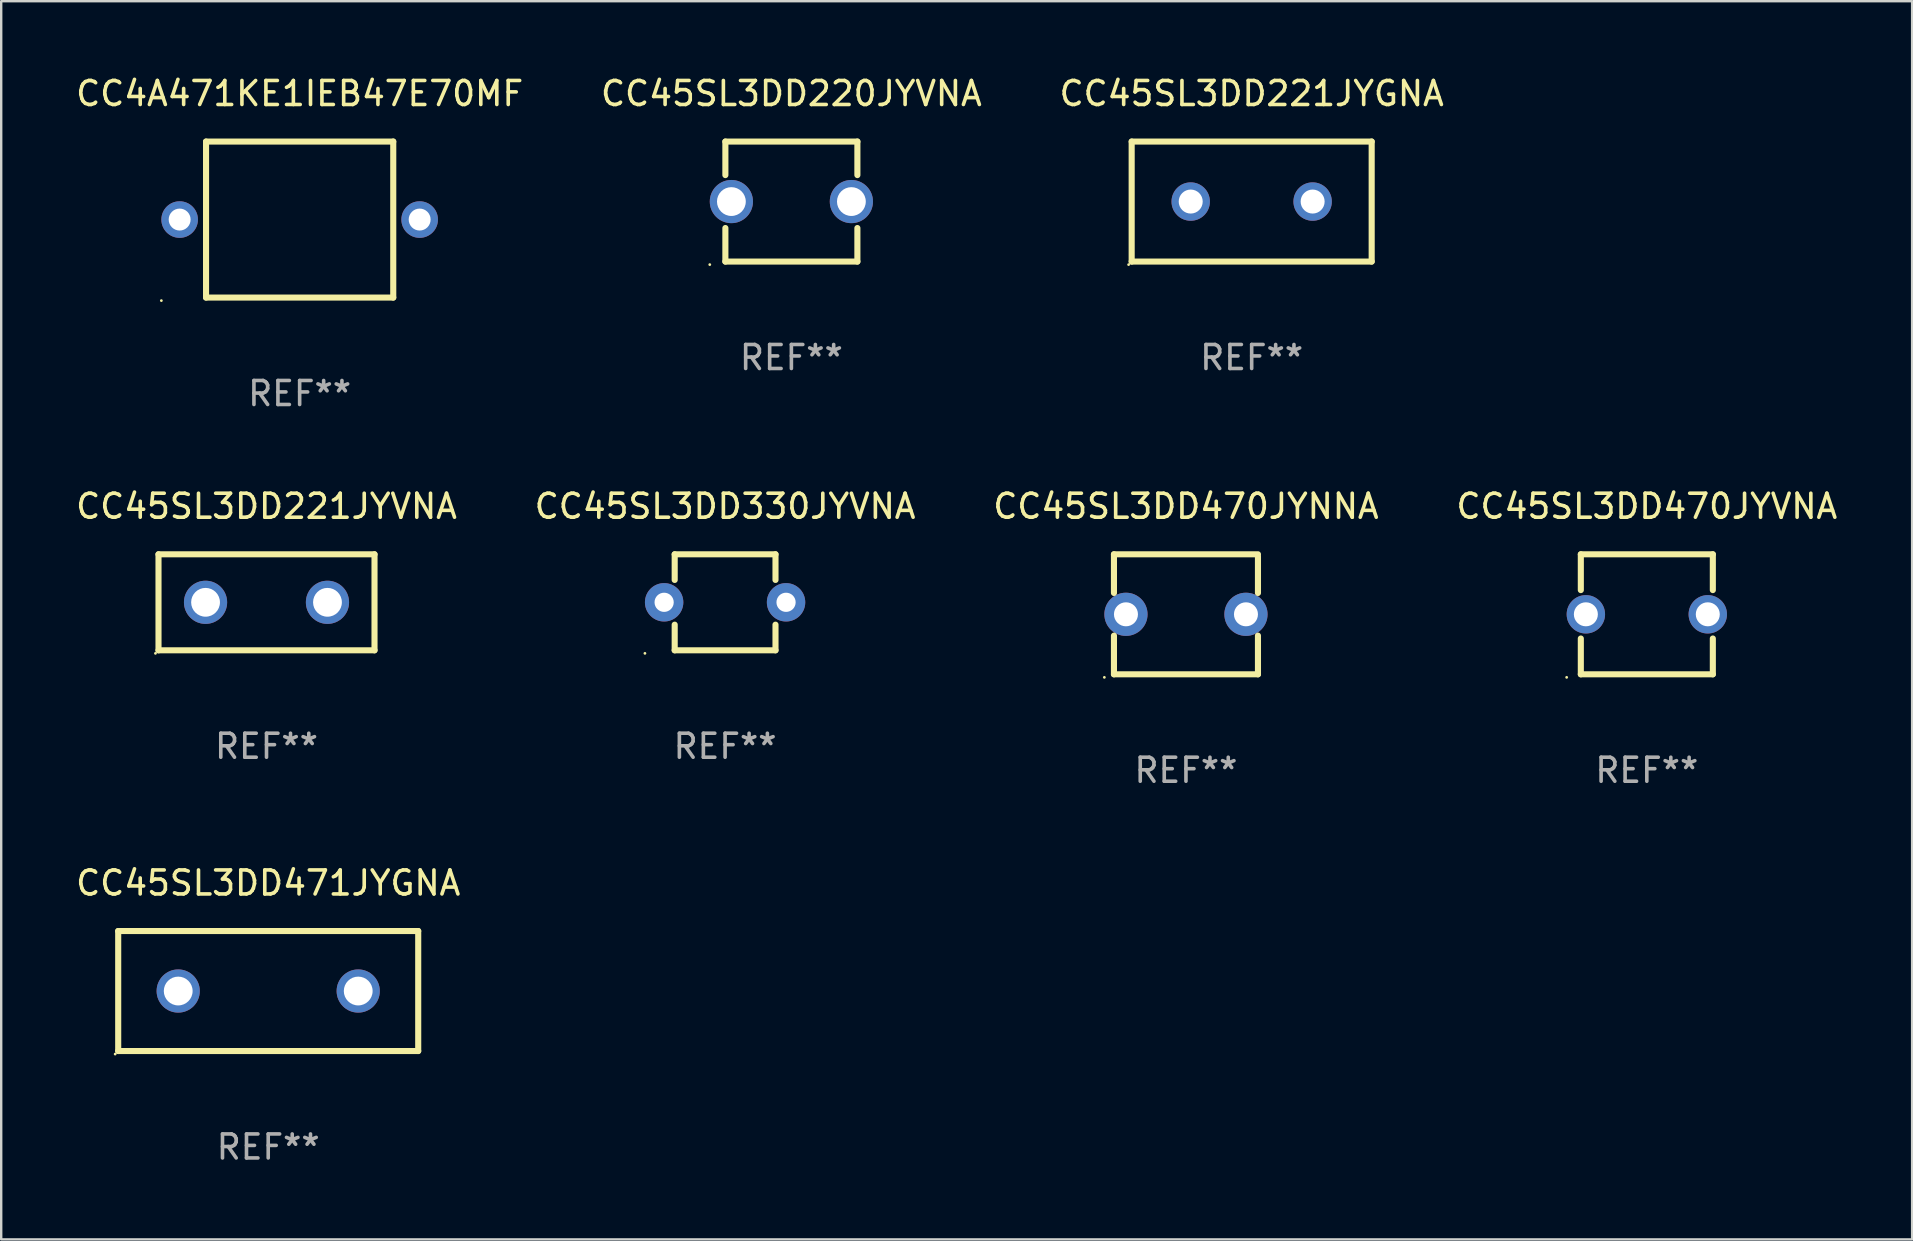
<source format=kicad_pcb>
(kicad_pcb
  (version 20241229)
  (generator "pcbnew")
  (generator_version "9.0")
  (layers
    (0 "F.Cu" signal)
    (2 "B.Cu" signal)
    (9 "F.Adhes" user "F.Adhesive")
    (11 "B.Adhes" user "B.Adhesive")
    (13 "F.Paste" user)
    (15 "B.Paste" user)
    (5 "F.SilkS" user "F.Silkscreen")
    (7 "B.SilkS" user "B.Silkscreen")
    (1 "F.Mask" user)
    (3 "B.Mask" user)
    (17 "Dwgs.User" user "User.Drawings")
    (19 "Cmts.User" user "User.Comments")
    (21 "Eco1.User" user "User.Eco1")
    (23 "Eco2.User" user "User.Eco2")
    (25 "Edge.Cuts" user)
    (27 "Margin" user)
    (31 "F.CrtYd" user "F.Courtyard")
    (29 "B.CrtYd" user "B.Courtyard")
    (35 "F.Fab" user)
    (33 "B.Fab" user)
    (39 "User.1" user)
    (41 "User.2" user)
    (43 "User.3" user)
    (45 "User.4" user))
  (footprint "CC45SL3DD220JYVNA"
    (layer "F.Cu")
    (at 29.923 5.348)
    (property "Reference" "CC45SL3DD220JYVNA" (at 0 -4.5 0) (layer "F.SilkS") (effects (font (size 1 1) (thickness 0.15))))
    (attr through_hole)
    (fp_line (start -2.75 -2.5) (end -2.75 -1.103) (stroke (width 0.254) (type solid)) (layer "F.SilkS"))
    (fp_line (start -2.75 -2.5) (end 2.75 -2.5) (stroke (width 0.254) (type solid)) (layer "F.SilkS"))
    (fp_line (start -2.75 1.103) (end -2.75 2.5) (stroke (width 0.254) (type solid)) (layer "F.SilkS"))
    (fp_line (start 2.75 -2.5) (end 2.75 -1.103) (stroke (width 0.254) (type solid)) (layer "F.SilkS"))
    (fp_line (start 2.75 1.103) (end 2.75 2.5) (stroke (width 0.254) (type solid)) (layer "F.SilkS"))
    (fp_line (start 2.75 2.5) (end -2.75 2.5) (stroke (width 0.254) (type solid)) (layer "F.SilkS"))
    (fp_circle (center -3.4 2.627) (end -3.37 2.627) (stroke (width 0.06) (type solid)) (fill no) (layer "F.SilkS"))
    (fp_text user "REF**" (at 0 6.5 0) (layer "F.Fab") (effects (font (size 1 1) (thickness 0.15))))
    (pad "1" thru_hole circle (at -2.5 0) (size 1.8 1.8) (drill 1.2) (layers "*.Cu" "*.Mask"))
    (pad "2" thru_hole circle (at 2.5 0) (size 1.8 1.8) (drill 1.2) (layers "*.Cu" "*.Mask")))
  (footprint "CC45SL3DD221JYVNA"
    (layer "F.Cu")
    (at 8.054 22.045)
    (property "Reference" "CC45SL3DD221JYVNA" (at 0 -4 0) (layer "F.SilkS") (effects (font (size 1 1) (thickness 0.15))))
    (attr through_hole)
    (fp_line (start -4.5 -2) (end 4.5 -2) (stroke (width 0.254) (type solid)) (layer "F.SilkS"))
    (fp_line (start -4.5 2) (end -4.5 -2) (stroke (width 0.254) (type solid)) (layer "F.SilkS"))
    (fp_line (start 4.5 -2) (end 4.5 2) (stroke (width 0.254) (type solid)) (layer "F.SilkS"))
    (fp_line (start 4.5 2) (end -4.5 2) (stroke (width 0.254) (type solid)) (layer "F.SilkS"))
    (fp_circle (center -4.627 2.127) (end -4.597 2.127) (stroke (width 0.06) (type solid)) (fill no) (layer "F.SilkS"))
    (fp_text user "REF**" (at 0 6 0) (layer "F.Fab") (effects (font (size 1 1) (thickness 0.15))))
    (pad "1" thru_hole circle (at -2.54 0) (size 1.8 1.8) (drill 1.2) (layers "*.Cu" "*.Mask"))
    (pad "2" thru_hole circle (at 2.54 0) (size 1.8 1.8) (drill 1.2) (layers "*.Cu" "*.Mask")))
  (footprint "CC45SL3DD470JYNNA"
    (layer "F.Cu")
    (at 46.363 22.545)
    (property "Reference" "CC45SL3DD470JYNNA" (at 0 -4.5 0) (layer "F.SilkS") (effects (font (size 1 1) (thickness 0.15))))
    (attr through_hole)
    (fp_line (start -3 -2.5) (end -3 -0.889) (stroke (width 0.254) (type solid)) (layer "F.SilkS"))
    (fp_line (start -3 2.5) (end -3 0.889) (stroke (width 0.254) (type solid)) (layer "F.SilkS"))
    (fp_line (start 3 -0.889) (end 3 -2.413) (stroke (width 0.254) (type solid)) (layer "F.SilkS"))
    (fp_line (start 3 0.889) (end 3 2.5) (stroke (width 0.254) (type solid)) (layer "F.SilkS"))
    (fp_line (start 3 2.5) (end -3 2.5) (stroke (width 0.254) (type solid)) (layer "F.SilkS"))
    (fp_line (start 3 -2.5) (end -3 -2.5) (stroke (width 0.254) (type solid)) (layer "F.SilkS"))
    (fp_circle (center -3.4 2.627) (end -3.37 2.627) (stroke (width 0.06) (type solid)) (fill no) (layer "F.SilkS"))
    (fp_text user "REF**" (at 0 6.5 0) (layer "F.Fab") (effects (font (size 1 1) (thickness 0.15))))
    (pad "1" thru_hole circle (at -2.5 0) (size 1.8 1.8) (drill 1) (layers "*.Cu" "*.Mask"))
    (pad "2" thru_hole circle (at 2.5 0) (size 1.8 1.8) (drill 1) (layers "*.Cu" "*.Mask")))
  (footprint "CC45SL3DD221JYGNA"
    (layer "F.Cu")
    (at 49.101 5.348)
    (property "Reference" "CC45SL3DD221JYGNA" (at 0 -4.5 0) (layer "F.SilkS") (effects (font (size 1 1) (thickness 0.15))))
    (attr through_hole)
    (fp_line (start -5 -2.5) (end -5 2.5) (stroke (width 0.254) (type solid)) (layer "F.SilkS"))
    (fp_line (start -5 -2.5) (end 5 -2.5) (stroke (width 0.254) (type solid)) (layer "F.SilkS"))
    (fp_line (start -5 2.5) (end 5 2.5) (stroke (width 0.254) (type solid)) (layer "F.SilkS"))
    (fp_line (start 5 -2.5) (end 5 2.5) (stroke (width 0.254) (type solid)) (layer "F.SilkS"))
    (fp_circle (center -5.127 2.627) (end -5.097 2.627) (stroke (width 0.06) (type solid)) (fill no) (layer "F.SilkS"))
    (fp_text user "REF**" (at 0 6.5 0) (layer "F.Fab") (effects (font (size 1 1) (thickness 0.15))))
    (pad "1" thru_hole circle (at -2.54 0) (size 1.6 1.6) (drill 1) (layers "*.Cu" "*.Mask"))
    (pad "2" thru_hole circle (at 2.54 0) (size 1.6 1.6) (drill 1) (layers "*.Cu" "*.Mask")))
  (footprint "CC45SL3DD471JYGNA"
    (layer "F.Cu")
    (at 8.125 38.241)
    (property "Reference" "CC45SL3DD471JYGNA" (at 0 -4.5 0) (layer "F.SilkS") (effects (font (size 1 1) (thickness 0.15))))
    (attr through_hole)
    (fp_line (start -6.25 -2.5) (end 6.25 -2.5) (stroke (width 0.254) (type solid)) (layer "F.SilkS"))
    (fp_line (start -6.25 2.5) (end -6.25 -2.5) (stroke (width 0.254) (type solid)) (layer "F.SilkS"))
    (fp_line (start 6.25 -2.5) (end 6.25 2.5) (stroke (width 0.254) (type solid)) (layer "F.SilkS"))
    (fp_line (start 6.25 2.5) (end -6.25 2.5) (stroke (width 0.254) (type solid)) (layer "F.SilkS"))
    (fp_circle (center -6.377 2.627) (end -6.347 2.627) (stroke (width 0.06) (type solid)) (fill no) (layer "F.SilkS"))
    (fp_text user "REF**" (at 0 6.5 0) (layer "F.Fab") (effects (font (size 1 1) (thickness 0.15))))
    (pad "1" thru_hole circle (at -3.75 0) (size 1.8 1.8) (drill 1.2) (layers "*.Cu" "*.Mask"))
    (pad "2" thru_hole circle (at 3.75 0) (size 1.8 1.8) (drill 1.2) (layers "*.Cu" "*.Mask")))
  (footprint "CC45SL3DD330JYVNA"
    (layer "F.Cu")
    (at 27.161 22.045)
    (property "Reference" "CC45SL3DD330JYVNA" (at 0 -4 0) (layer "F.SilkS") (effects (font (size 1 1) (thickness 0.15))))
    (attr through_hole)
    (fp_line (start -2.1 -2) (end -2.1 -0.932) (stroke (width 0.254) (type solid)) (layer "F.SilkS"))
    (fp_line (start -2.1 -2) (end 2.1 -2) (stroke (width 0.254) (type solid)) (layer "F.SilkS"))
    (fp_line (start -2.1 0.932) (end -2.1 2) (stroke (width 0.254) (type solid)) (layer "F.SilkS"))
    (fp_line (start -2.1 2) (end 2.1 2) (stroke (width 0.254) (type solid)) (layer "F.SilkS"))
    (fp_line (start 2.1 -2) (end 2.1 -0.932) (stroke (width 0.254) (type solid)) (layer "F.SilkS"))
    (fp_line (start 2.1 0.932) (end 2.1 2) (stroke (width 0.254) (type solid)) (layer "F.SilkS"))
    (fp_circle (center -3.34 2.127) (end -3.31 2.127) (stroke (width 0.06) (type solid)) (fill no) (layer "F.SilkS"))
    (fp_text user "REF**" (at 0 6 0) (layer "F.Fab") (effects (font (size 1 1) (thickness 0.15))))
    (pad "1" thru_hole circle (at -2.54 0) (size 1.6 1.6) (drill 0.8) (layers "*.Cu" "*.Mask"))
    (pad "2" thru_hole circle (at 2.54 0) (size 1.6 1.6) (drill 0.8) (layers "*.Cu" "*.Mask")))
  (footprint "CC4A471KE1IEB47E70MF"
    (layer "F.Cu")
    (at 9.435 6.098)
    (property "Reference" "CC4A471KE1IEB47E70MF" (at 0 -5.25 0) (layer "F.SilkS") (effects (font (size 1 1) (thickness 0.15))))
    (attr through_hole)
    (fp_line (start -3.9 -3.25) (end 3.9 -3.25) (stroke (width 0.254) (type solid)) (layer "F.SilkS"))
    (fp_line (start -3.9 -3.25) (end -3.9 3.25) (stroke (width 0.254) (type solid)) (layer "F.SilkS"))
    (fp_line (start -3.9 3.25) (end 3.9 3.25) (stroke (width 0.254) (type solid)) (layer "F.SilkS"))
    (fp_line (start 3.9 -3.25) (end 3.9 3.25) (stroke (width 0.254) (type solid)) (layer "F.SilkS"))
    (fp_circle (center -5.762 3.377) (end -5.732 3.377) (stroke (width 0.06) (type solid)) (fill no) (layer "F.SilkS"))
    (fp_text user "REF**" (at 0 7.25 0) (layer "F.Fab") (effects (font (size 1 1) (thickness 0.15))))
    (pad "1" thru_hole circle (at -5 0.000013) (size 1.524 1.524) (drill 0.914) (layers "*.Cu" "*.Mask"))
    (pad "2" thru_hole circle (at 5 0.000013) (size 1.524 1.524) (drill 0.914) (layers "*.Cu" "*.Mask")))
  (footprint "CC45SL3DD470JYVNA"
    (layer "F.Cu")
    (at 65.565 22.545)
    (property "Reference" "CC45SL3DD470JYVNA" (at 0 -4.5 0) (layer "F.SilkS") (effects (font (size 1 1) (thickness 0.15))))
    (attr through_hole)
    (fp_line (start -2.75 -2.5) (end 2.75 -2.5) (stroke (width 0.254) (type solid)) (layer "F.SilkS"))
    (fp_line (start -2.75 -1.009) (end -2.75 -2.5) (stroke (width 0.254) (type solid)) (layer "F.SilkS"))
    (fp_line (start -2.75 2.5) (end -2.75 1.009) (stroke (width 0.254) (type solid)) (layer "F.SilkS"))
    (fp_line (start 2.75 -2.5) (end 2.75 -1.009) (stroke (width 0.254) (type solid)) (layer "F.SilkS"))
    (fp_line (start 2.75 1.009) (end 2.75 2.5) (stroke (width 0.254) (type solid)) (layer "F.SilkS"))
    (fp_line (start 2.75 2.5) (end -2.75 2.5) (stroke (width 0.254) (type solid)) (layer "F.SilkS"))
    (fp_circle (center -3.34 2.627) (end -3.31 2.627) (stroke (width 0.06) (type solid)) (fill no) (layer "F.SilkS"))
    (fp_text user "REF**" (at 0 6.5 0) (layer "F.Fab") (effects (font (size 1 1) (thickness 0.15))))
    (pad "1" thru_hole circle (at -2.54 0) (size 1.6 1.6) (drill 1) (layers "*.Cu" "*.Mask"))
    (pad "2" thru_hole circle (at 2.54 0) (size 1.6 1.6) (drill 1) (layers "*.Cu" "*.Mask")))
  (gr_rect
    (start -3 -3)
    (end 76.619 48.59)
    (stroke (width 0.1) (type default))
    (fill no)
    (layer "Edge.Cuts")))
</source>
